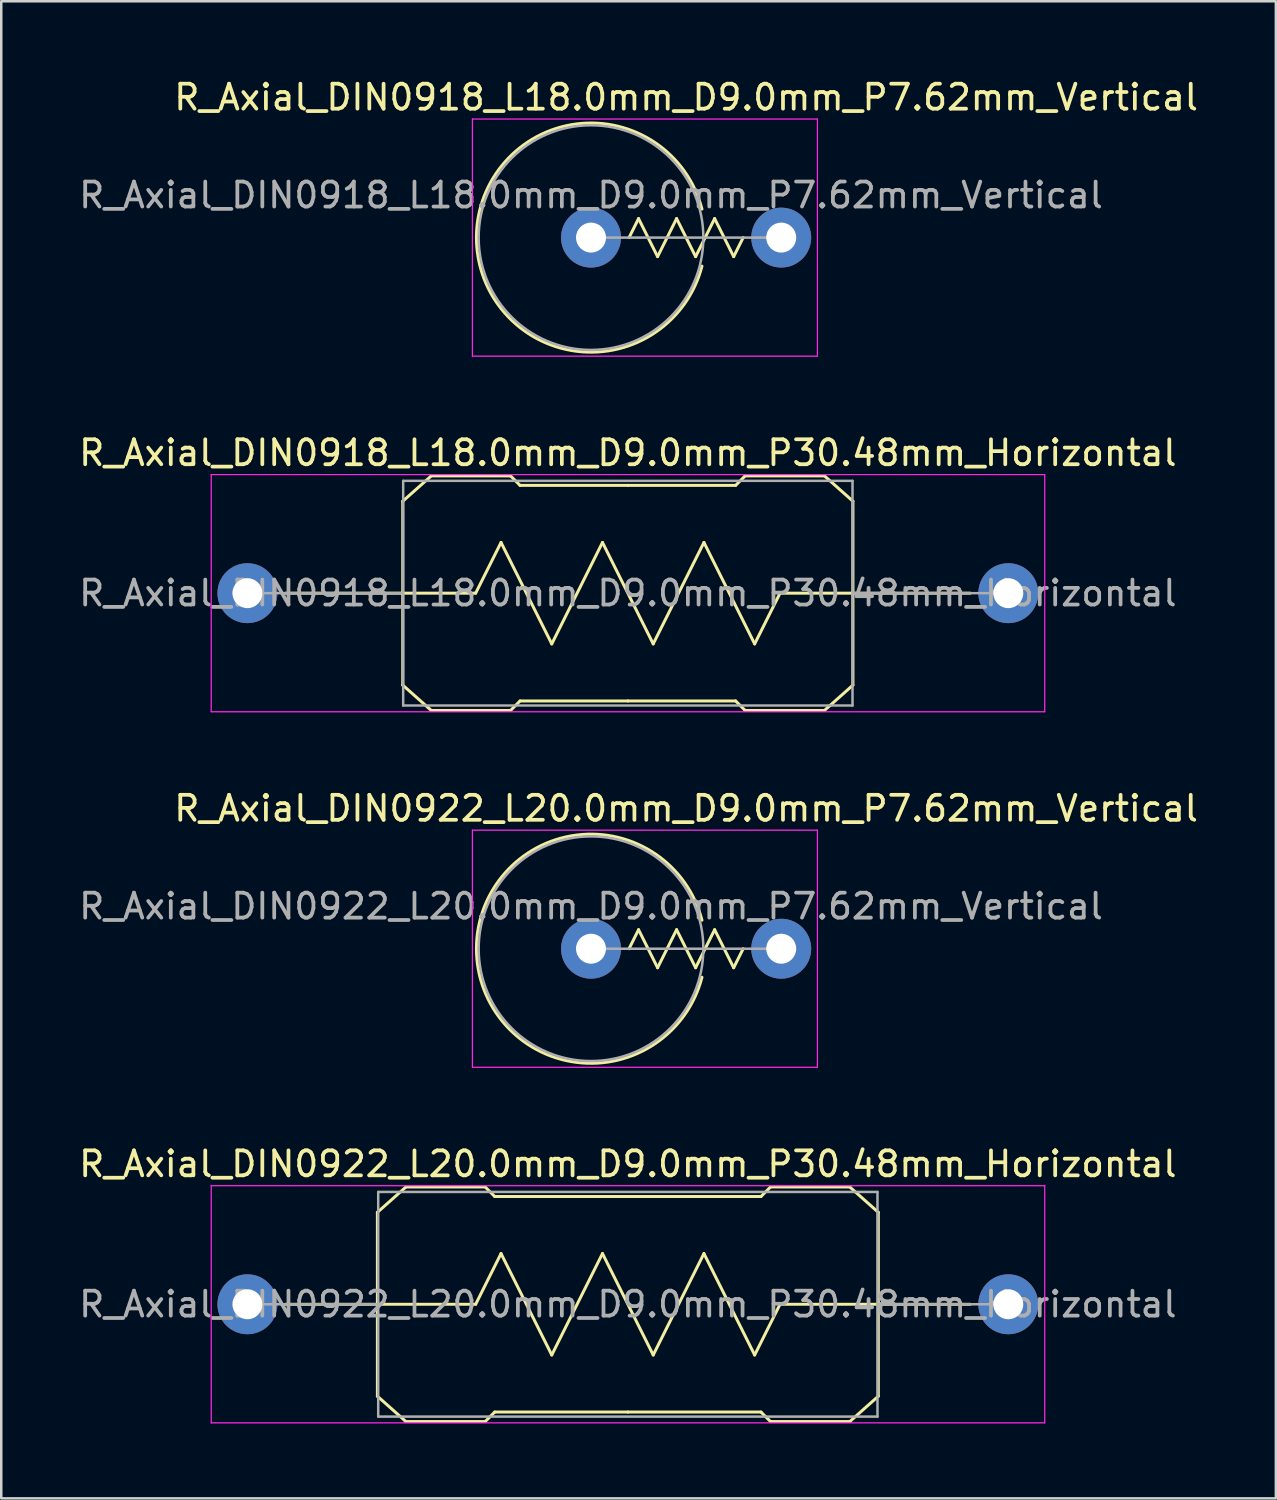
<source format=kicad_pcb>
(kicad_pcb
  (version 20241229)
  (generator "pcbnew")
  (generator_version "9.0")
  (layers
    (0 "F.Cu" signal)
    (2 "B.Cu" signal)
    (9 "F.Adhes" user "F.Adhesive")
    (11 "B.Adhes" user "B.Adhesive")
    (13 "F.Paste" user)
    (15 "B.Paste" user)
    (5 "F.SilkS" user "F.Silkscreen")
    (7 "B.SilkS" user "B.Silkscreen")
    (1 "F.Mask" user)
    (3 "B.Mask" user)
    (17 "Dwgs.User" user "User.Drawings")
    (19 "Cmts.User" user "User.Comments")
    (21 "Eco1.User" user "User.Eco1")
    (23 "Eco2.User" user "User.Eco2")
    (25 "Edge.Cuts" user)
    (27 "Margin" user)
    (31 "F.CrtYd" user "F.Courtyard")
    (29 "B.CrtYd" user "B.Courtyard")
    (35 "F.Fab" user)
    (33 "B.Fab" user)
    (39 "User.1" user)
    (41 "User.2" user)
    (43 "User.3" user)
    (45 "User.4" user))
  (footprint "R_Axial_DIN0922_L20.0mm_D9.0mm_P30.48mm_Horizontal"
    (layer "F.Cu")
    (at 6.861 49.198)
    (property "Reference" "R_Axial_DIN0922_L20.0mm_D9.0mm_P30.48mm_Horizontal" (at 15.24 -5.62 0) (layer "F.SilkS") (effects (font (size 1 1) (thickness 0.15))))
    (attr through_hole)
    (fp_line (start 5.207 -3.683) (end 5.207 3.683) (stroke (width 0.12) (type solid)) (layer "F.SilkS"))
    (fp_line (start 5.207 -3.683) (end 6.35 -4.699) (stroke (width 0.12) (type solid)) (layer "F.SilkS"))
    (fp_line (start 5.207 0) (end 1.524 0) (stroke (width 0.12) (type solid)) (layer "F.SilkS"))
    (fp_line (start 5.207 0) (end 9.144 0) (stroke (width 0.12) (type solid)) (layer "F.SilkS"))
    (fp_line (start 5.207 3.683) (end 6.35 4.699) (stroke (width 0.12) (type solid)) (layer "F.SilkS"))
    (fp_line (start 6.35 -4.699) (end 9.525 -4.699) (stroke (width 0.12) (type solid)) (layer "F.SilkS"))
    (fp_line (start 6.35 4.699) (end 9.525 4.699) (stroke (width 0.12) (type solid)) (layer "F.SilkS"))
    (fp_line (start 9.144 0) (end 10.16 -2.032) (stroke (width 0.12) (type solid)) (layer "F.SilkS"))
    (fp_line (start 9.525 -4.699) (end 9.906 -4.318) (stroke (width 0.12) (type solid)) (layer "F.SilkS"))
    (fp_line (start 9.525 4.699) (end 9.906 4.318) (stroke (width 0.12) (type solid)) (layer "F.SilkS"))
    (fp_line (start 9.906 -4.318) (end 15.24 -4.318) (stroke (width 0.12) (type solid)) (layer "F.SilkS"))
    (fp_line (start 9.906 4.318) (end 15.24 4.318) (stroke (width 0.12) (type solid)) (layer "F.SilkS"))
    (fp_line (start 10.16 -2.032) (end 12.192 2.032) (stroke (width 0.12) (type solid)) (layer "F.SilkS"))
    (fp_line (start 12.192 2.032) (end 14.224 -2.032) (stroke (width 0.12) (type solid)) (layer "F.SilkS"))
    (fp_line (start 14.224 -2.032) (end 16.256 2.032) (stroke (width 0.12) (type solid)) (layer "F.SilkS"))
    (fp_line (start 16.256 2.032) (end 18.288 -2.032) (stroke (width 0.12) (type solid)) (layer "F.SilkS"))
    (fp_line (start 18.288 -2.032) (end 20.32 2.032) (stroke (width 0.12) (type solid)) (layer "F.SilkS"))
    (fp_line (start 20.32 2.032) (end 21.336 0) (stroke (width 0.12) (type solid)) (layer "F.SilkS"))
    (fp_line (start 20.574 -4.318) (end 15.24 -4.318) (stroke (width 0.12) (type solid)) (layer "F.SilkS"))
    (fp_line (start 20.574 4.318) (end 15.24 4.318) (stroke (width 0.12) (type solid)) (layer "F.SilkS"))
    (fp_line (start 20.955 -4.699) (end 20.574 -4.318) (stroke (width 0.12) (type solid)) (layer "F.SilkS"))
    (fp_line (start 20.955 4.699) (end 20.574 4.318) (stroke (width 0.12) (type solid)) (layer "F.SilkS"))
    (fp_line (start 24.13 -4.699) (end 20.955 -4.699) (stroke (width 0.12) (type solid)) (layer "F.SilkS"))
    (fp_line (start 24.13 4.699) (end 20.955 4.699) (stroke (width 0.12) (type solid)) (layer "F.SilkS"))
    (fp_line (start 25.273 -3.683) (end 24.13 -4.699) (stroke (width 0.12) (type solid)) (layer "F.SilkS"))
    (fp_line (start 25.273 -3.683) (end 25.273 3.683) (stroke (width 0.12) (type solid)) (layer "F.SilkS"))
    (fp_line (start 25.273 0) (end 21.336 0) (stroke (width 0.12) (type solid)) (layer "F.SilkS"))
    (fp_line (start 25.273 0) (end 28.956 0) (stroke (width 0.12) (type solid)) (layer "F.SilkS"))
    (fp_line (start 25.273 3.683) (end 24.13 4.699) (stroke (width 0.12) (type solid)) (layer "F.SilkS"))
    (fp_line (start -1.45 -4.75) (end -1.45 4.75) (stroke (width 0.05) (type solid)) (layer "F.CrtYd"))
    (fp_line (start -1.45 4.75) (end 31.94 4.75) (stroke (width 0.05) (type solid)) (layer "F.CrtYd"))
    (fp_line (start 31.94 -4.75) (end -1.45 -4.75) (stroke (width 0.05) (type solid)) (layer "F.CrtYd"))
    (fp_line (start 31.94 4.75) (end 31.94 -4.75) (stroke (width 0.05) (type solid)) (layer "F.CrtYd"))
    (fp_line (start 0 0) (end 5.24 0) (stroke (width 0.1) (type solid)) (layer "F.Fab"))
    (fp_line (start 5.24 -4.5) (end 5.24 4.5) (stroke (width 0.1) (type solid)) (layer "F.Fab"))
    (fp_line (start 5.24 4.5) (end 25.24 4.5) (stroke (width 0.1) (type solid)) (layer "F.Fab"))
    (fp_line (start 25.24 -4.5) (end 5.24 -4.5) (stroke (width 0.1) (type solid)) (layer "F.Fab"))
    (fp_line (start 25.24 4.5) (end 25.24 -4.5) (stroke (width 0.1) (type solid)) (layer "F.Fab"))
    (fp_line (start 30.48 0) (end 25.24 0) (stroke (width 0.1) (type solid)) (layer "F.Fab"))
    (fp_text user "${REFERENCE}" (at 15.24 0 0) (layer "F.Fab") (effects (font (size 1 1) (thickness 0.15))))
    (pad "1" thru_hole circle (at 0 0) (size 2.4 2.4) (drill 1.2) (layers "*.Cu" "*.Mask"))
    (pad "2" thru_hole oval (at 30.48 0) (size 2.4 2.4) (drill 1.2) (layers "*.Cu" "*.Mask")))
  (footprint "R_Axial_DIN0922_L20.0mm_D9.0mm_P7.62mm_Vertical"
    (layer "F.Cu")
    (at 20.625 34.955)
    (property "Reference" "R_Axial_DIN0922_L20.0mm_D9.0mm_P7.62mm_Vertical" (at 3.81 -5.62 0) (layer "F.SilkS") (effects (font (size 1 1) (thickness 0.15))))
    (attr through_hole)
    (fp_line (start 1.524 0) (end 1.905 -0.762) (stroke (width 0.12) (type solid)) (layer "F.SilkS"))
    (fp_line (start 1.905 -0.762) (end 2.667 0.762) (stroke (width 0.12) (type solid)) (layer "F.SilkS"))
    (fp_line (start 2.667 0.762) (end 3.429 -0.762) (stroke (width 0.12) (type solid)) (layer "F.SilkS"))
    (fp_line (start 3.429 -0.762) (end 4.191 0.762) (stroke (width 0.12) (type solid)) (layer "F.SilkS"))
    (fp_line (start 4.191 0.762) (end 4.953 -0.762) (stroke (width 0.12) (type solid)) (layer "F.SilkS"))
    (fp_line (start 4.953 -0.762) (end 5.715 0.762) (stroke (width 0.12) (type solid)) (layer "F.SilkS"))
    (fp_line (start 5.715 0.762) (end 6.096 0) (stroke (width 0.12) (type solid)) (layer "F.SilkS"))
    (fp_arc (start 4.444999 1.143) (mid -4.589604 0) (end 4.444999 -1.143) (stroke (width 0.12) (type solid)) (layer "F.SilkS"))
    (fp_line (start -4.75 -4.75) (end -4.75 4.75) (stroke (width 0.05) (type solid)) (layer "F.CrtYd"))
    (fp_line (start -4.75 4.75) (end 9.07 4.75) (stroke (width 0.05) (type solid)) (layer "F.CrtYd"))
    (fp_line (start 9.07 -4.75) (end -4.75 -4.75) (stroke (width 0.05) (type solid)) (layer "F.CrtYd"))
    (fp_line (start 9.07 4.75) (end 9.07 -4.75) (stroke (width 0.05) (type solid)) (layer "F.CrtYd"))
    (fp_line (start 0 0) (end 7.62 0) (stroke (width 0.1) (type solid)) (layer "F.Fab"))
    (fp_circle (center 0 0) (end 4.5 0) (stroke (width 0.1) (type solid)) (fill no) (layer "F.Fab"))
    (fp_text user "${REFERENCE}" (at 0 -1.7 0) (layer "F.Fab") (effects (font (size 1 1) (thickness 0.15))))
    (pad "1" thru_hole circle (at 0 0) (size 2.4 2.4) (drill 1.2) (layers "*.Cu" "*.Mask"))
    (pad "2" thru_hole oval (at 7.62 0) (size 2.4 2.4) (drill 1.2) (layers "*.Cu" "*.Mask")))
  (footprint "R_Axial_DIN0918_L18.0mm_D9.0mm_P7.62mm_Vertical"
    (layer "F.Cu")
    (at 20.625 6.468)
    (property "Reference" "R_Axial_DIN0918_L18.0mm_D9.0mm_P7.62mm_Vertical" (at 3.81 -5.62 0) (layer "F.SilkS") (effects (font (size 1 1) (thickness 0.15))))
    (attr through_hole)
    (fp_line (start 1.524 0) (end 1.905 -0.762) (stroke (width 0.12) (type solid)) (layer "F.SilkS"))
    (fp_line (start 1.905 -0.762) (end 2.667 0.762) (stroke (width 0.12) (type solid)) (layer "F.SilkS"))
    (fp_line (start 2.667 0.762) (end 3.429 -0.762) (stroke (width 0.12) (type solid)) (layer "F.SilkS"))
    (fp_line (start 3.429 -0.762) (end 4.191 0.762) (stroke (width 0.12) (type solid)) (layer "F.SilkS"))
    (fp_line (start 4.191 0.762) (end 4.953 -0.762) (stroke (width 0.12) (type solid)) (layer "F.SilkS"))
    (fp_line (start 4.953 -0.762) (end 5.715 0.762) (stroke (width 0.12) (type solid)) (layer "F.SilkS"))
    (fp_line (start 5.715 0.762) (end 6.096 0) (stroke (width 0.12) (type solid)) (layer "F.SilkS"))
    (fp_arc (start 4.444999 1.143) (mid -4.589604 0) (end 4.444999 -1.143) (stroke (width 0.12) (type solid)) (layer "F.SilkS"))
    (fp_line (start -4.75 -4.75) (end -4.75 4.75) (stroke (width 0.05) (type solid)) (layer "F.CrtYd"))
    (fp_line (start -4.75 4.75) (end 9.07 4.75) (stroke (width 0.05) (type solid)) (layer "F.CrtYd"))
    (fp_line (start 9.07 -4.75) (end -4.75 -4.75) (stroke (width 0.05) (type solid)) (layer "F.CrtYd"))
    (fp_line (start 9.07 4.75) (end 9.07 -4.75) (stroke (width 0.05) (type solid)) (layer "F.CrtYd"))
    (fp_line (start 0 0) (end 7.62 0) (stroke (width 0.1) (type solid)) (layer "F.Fab"))
    (fp_circle (center 0 0) (end 4.5 0) (stroke (width 0.1) (type solid)) (fill no) (layer "F.Fab"))
    (fp_text user "${REFERENCE}" (at 0 -1.7 0) (layer "F.Fab") (effects (font (size 1 1) (thickness 0.15))))
    (pad "1" thru_hole circle (at 0 0) (size 2.4 2.4) (drill 1.2) (layers "*.Cu" "*.Mask"))
    (pad "2" thru_hole oval (at 7.62 0) (size 2.4 2.4) (drill 1.2) (layers "*.Cu" "*.Mask")))
  (footprint "R_Axial_DIN0918_L18.0mm_D9.0mm_P30.48mm_Horizontal"
    (layer "F.Cu")
    (at 6.861 20.712)
    (property "Reference" "R_Axial_DIN0918_L18.0mm_D9.0mm_P30.48mm_Horizontal" (at 15.24 -5.62 0) (layer "F.SilkS") (effects (font (size 1 1) (thickness 0.15))))
    (attr through_hole)
    (fp_line (start 6.223 -3.683) (end 6.223 3.683) (stroke (width 0.12) (type solid)) (layer "F.SilkS"))
    (fp_line (start 6.223 -3.683) (end 7.366 -4.699) (stroke (width 0.12) (type solid)) (layer "F.SilkS"))
    (fp_line (start 6.223 0) (end 1.524 0) (stroke (width 0.12) (type solid)) (layer "F.SilkS"))
    (fp_line (start 6.223 0) (end 9.144 0) (stroke (width 0.12) (type solid)) (layer "F.SilkS"))
    (fp_line (start 6.223 3.683) (end 7.366 4.699) (stroke (width 0.12) (type solid)) (layer "F.SilkS"))
    (fp_line (start 7.366 -4.699) (end 10.541 -4.699) (stroke (width 0.12) (type solid)) (layer "F.SilkS"))
    (fp_line (start 7.366 4.699) (end 10.541 4.699) (stroke (width 0.12) (type solid)) (layer "F.SilkS"))
    (fp_line (start 9.144 0) (end 10.16 -2.032) (stroke (width 0.12) (type solid)) (layer "F.SilkS"))
    (fp_line (start 10.16 -2.032) (end 12.192 2.032) (stroke (width 0.12) (type solid)) (layer "F.SilkS"))
    (fp_line (start 10.541 -4.699) (end 10.922 -4.318) (stroke (width 0.12) (type solid)) (layer "F.SilkS"))
    (fp_line (start 10.541 4.699) (end 10.922 4.318) (stroke (width 0.12) (type solid)) (layer "F.SilkS"))
    (fp_line (start 10.922 -4.318) (end 15.24 -4.318) (stroke (width 0.12) (type solid)) (layer "F.SilkS"))
    (fp_line (start 10.922 4.318) (end 15.24 4.318) (stroke (width 0.12) (type solid)) (layer "F.SilkS"))
    (fp_line (start 12.192 2.032) (end 14.224 -2.032) (stroke (width 0.12) (type solid)) (layer "F.SilkS"))
    (fp_line (start 14.224 -2.032) (end 16.256 2.032) (stroke (width 0.12) (type solid)) (layer "F.SilkS"))
    (fp_line (start 16.256 2.032) (end 18.288 -2.032) (stroke (width 0.12) (type solid)) (layer "F.SilkS"))
    (fp_line (start 18.288 -2.032) (end 20.32 2.032) (stroke (width 0.12) (type solid)) (layer "F.SilkS"))
    (fp_line (start 19.558 -4.318) (end 15.24 -4.318) (stroke (width 0.12) (type solid)) (layer "F.SilkS"))
    (fp_line (start 19.558 4.318) (end 15.24 4.318) (stroke (width 0.12) (type solid)) (layer "F.SilkS"))
    (fp_line (start 19.939 -4.699) (end 19.558 -4.318) (stroke (width 0.12) (type solid)) (layer "F.SilkS"))
    (fp_line (start 19.939 4.699) (end 19.558 4.318) (stroke (width 0.12) (type solid)) (layer "F.SilkS"))
    (fp_line (start 20.32 2.032) (end 21.336 0) (stroke (width 0.12) (type solid)) (layer "F.SilkS"))
    (fp_line (start 23.114 -4.699) (end 19.939 -4.699) (stroke (width 0.12) (type solid)) (layer "F.SilkS"))
    (fp_line (start 23.114 4.699) (end 19.939 4.699) (stroke (width 0.12) (type solid)) (layer "F.SilkS"))
    (fp_line (start 24.257 -3.683) (end 23.114 -4.699) (stroke (width 0.12) (type solid)) (layer "F.SilkS"))
    (fp_line (start 24.257 -3.683) (end 24.257 3.683) (stroke (width 0.12) (type solid)) (layer "F.SilkS"))
    (fp_line (start 24.257 0) (end 21.336 0) (stroke (width 0.12) (type solid)) (layer "F.SilkS"))
    (fp_line (start 24.257 0) (end 28.956 0) (stroke (width 0.12) (type solid)) (layer "F.SilkS"))
    (fp_line (start 24.257 3.683) (end 23.114 4.699) (stroke (width 0.12) (type solid)) (layer "F.SilkS"))
    (fp_line (start -1.45 -4.75) (end -1.45 4.75) (stroke (width 0.05) (type solid)) (layer "F.CrtYd"))
    (fp_line (start -1.45 4.75) (end 31.94 4.75) (stroke (width 0.05) (type solid)) (layer "F.CrtYd"))
    (fp_line (start 31.94 -4.75) (end -1.45 -4.75) (stroke (width 0.05) (type solid)) (layer "F.CrtYd"))
    (fp_line (start 31.94 4.75) (end 31.94 -4.75) (stroke (width 0.05) (type solid)) (layer "F.CrtYd"))
    (fp_line (start 0 0) (end 6.24 0) (stroke (width 0.1) (type solid)) (layer "F.Fab"))
    (fp_line (start 6.24 -4.5) (end 6.24 4.5) (stroke (width 0.1) (type solid)) (layer "F.Fab"))
    (fp_line (start 6.24 4.5) (end 24.24 4.5) (stroke (width 0.1) (type solid)) (layer "F.Fab"))
    (fp_line (start 24.24 -4.5) (end 6.24 -4.5) (stroke (width 0.1) (type solid)) (layer "F.Fab"))
    (fp_line (start 24.24 4.5) (end 24.24 -4.5) (stroke (width 0.1) (type solid)) (layer "F.Fab"))
    (fp_line (start 30.48 0) (end 24.24 0) (stroke (width 0.1) (type solid)) (layer "F.Fab"))
    (fp_text user "${REFERENCE}" (at 15.24 0 0) (layer "F.Fab") (effects (font (size 1 1) (thickness 0.15))))
    (pad "1" thru_hole circle (at 0 0) (size 2.4 2.4) (drill 1.2) (layers "*.Cu" "*.Mask"))
    (pad "2" thru_hole oval (at 30.48 0) (size 2.4 2.4) (drill 1.2) (layers "*.Cu" "*.Mask")))
  (gr_rect
    (start -3 -3)
    (end 48.06 56.973)
    (stroke (width 0.1) (type default))
    (fill no)
    (layer "Edge.Cuts")))
</source>
